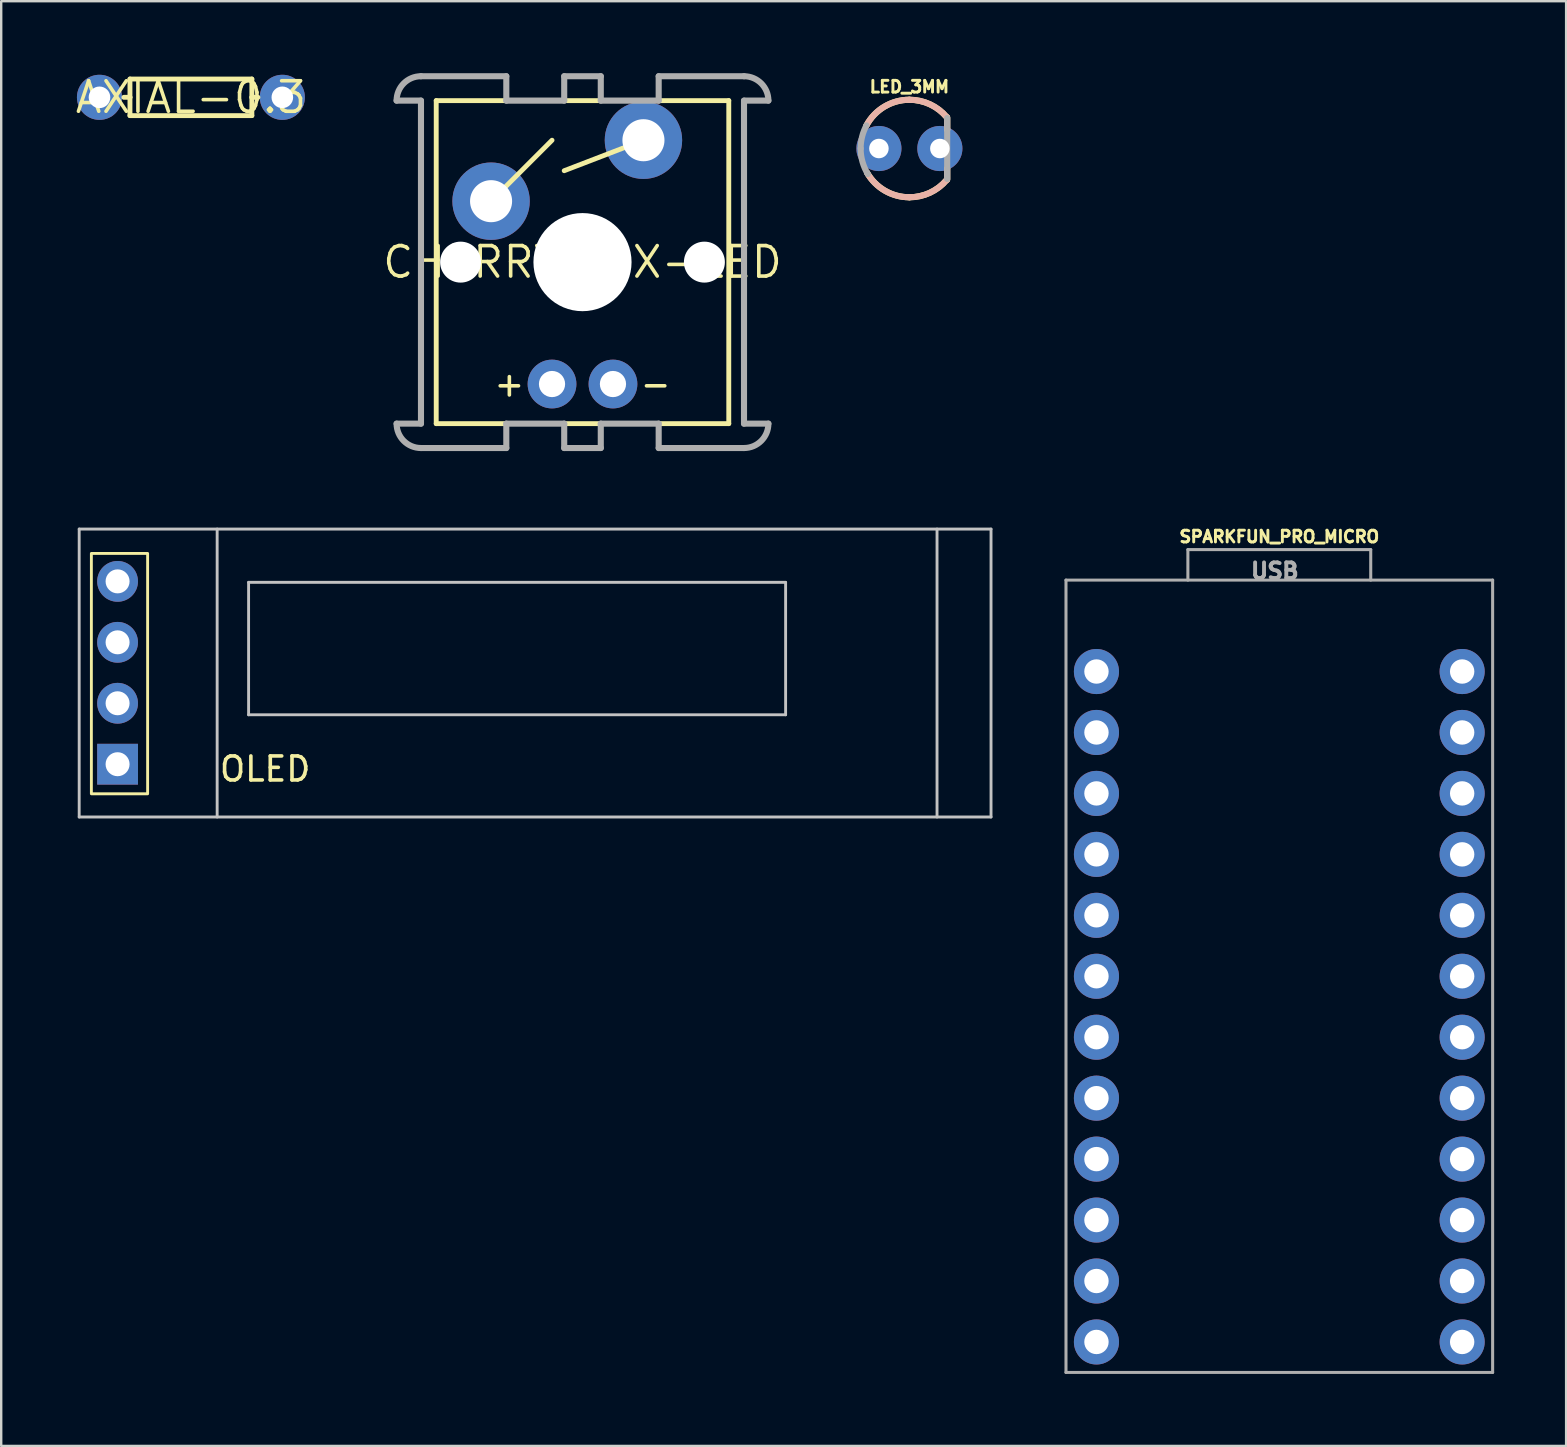
<source format=kicad_pcb>
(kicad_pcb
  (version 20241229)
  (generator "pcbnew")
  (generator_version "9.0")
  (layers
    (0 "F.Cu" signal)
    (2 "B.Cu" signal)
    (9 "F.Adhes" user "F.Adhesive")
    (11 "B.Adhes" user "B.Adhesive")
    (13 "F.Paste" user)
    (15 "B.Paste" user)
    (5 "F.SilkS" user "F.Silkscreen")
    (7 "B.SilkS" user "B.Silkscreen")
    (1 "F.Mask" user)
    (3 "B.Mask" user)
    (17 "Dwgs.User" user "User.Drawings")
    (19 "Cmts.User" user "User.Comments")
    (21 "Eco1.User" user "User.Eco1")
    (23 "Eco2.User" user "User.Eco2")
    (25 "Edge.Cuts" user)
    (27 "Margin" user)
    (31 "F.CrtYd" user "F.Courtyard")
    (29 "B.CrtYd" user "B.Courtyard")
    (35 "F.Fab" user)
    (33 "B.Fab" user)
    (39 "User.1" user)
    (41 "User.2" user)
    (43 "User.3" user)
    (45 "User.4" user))
  (footprint "OLED"
    (layer "F.Cu")
    (at 0.25 18.998)
    (property "Reference" "OLED" (at 7.75 10 0) (layer "F.SilkS") (effects (font (size 1 1) (thickness 0.15))))
    (attr through_hole)
    (fp_rect (start 0.508 1.016) (end 2.852 11.033) (stroke (width 0.12) (type solid)) (fill no) (layer "F.SilkS"))
    (fp_line (start 0 0) (end 0 12) (stroke (width 0.12) (type solid)) (layer "Dwgs.User"))
    (fp_line (start 0 0) (end 38 0) (stroke (width 0.12) (type solid)) (layer "Dwgs.User"))
    (fp_line (start 5.75 0) (end 5.75 12) (stroke (width 0.12) (type solid)) (layer "Dwgs.User"))
    (fp_line (start 7.06 2.22) (end 7.06 7.74) (stroke (width 0.12) (type solid)) (layer "Dwgs.User"))
    (fp_line (start 7.06 2.22) (end 29.44 2.22) (stroke (width 0.12) (type solid)) (layer "Dwgs.User"))
    (fp_line (start 7.06 7.74) (end 29.44 7.74) (stroke (width 0.12) (type solid)) (layer "Dwgs.User"))
    (fp_line (start 29.44 7.74) (end 29.44 2.22) (stroke (width 0.12) (type solid)) (layer "Dwgs.User"))
    (fp_line (start 35.75 0) (end 35.75 12) (stroke (width 0.12) (type solid)) (layer "Dwgs.User"))
    (fp_line (start 38 0) (end 38 12) (stroke (width 0.12) (type solid)) (layer "Dwgs.User"))
    (fp_line (start 38 12) (end 0 12) (stroke (width 0.12) (type solid)) (layer "Dwgs.User"))
    (pad "1" thru_hole rect (at 1.6 9.8 180) (size 1.7 1.7) (drill 1) (layers "*.Cu" "*.Mask"))
    (pad "2" thru_hole oval (at 1.6 7.26 180) (size 1.7 1.7) (drill 1) (layers "*.Cu" "*.Mask"))
    (pad "3" thru_hole oval (at 1.6 4.72 180) (size 1.7 1.7) (drill 1) (layers "*.Cu" "*.Mask"))
    (pad "4" thru_hole oval (at 1.6 2.18 180) (size 1.7 1.7) (drill 1) (layers "*.Cu" "*.Mask")))
  (footprint "LED_3MM"
    (layer "F.Cu")
    (at 34.848 3.139)
    (property "Reference" "LED_3MM" (at 0 -2.286 0) (layer "F.SilkS") (effects (font (size 0.488 0.488) (thickness 0.122)) (justify bottom)))
    (fp_line (start 1.575 -1.295) (end 1.575 -0.787) (stroke (width 0.254) (type solid)) (layer "F.SilkS"))
    (fp_line (start 1.575 1.295) (end 1.575 0.838) (stroke (width 0.254) (type solid)) (layer "F.SilkS"))
    (fp_arc (start -1.7929 -0.9562) (mid -1.045438 -1.7424) (end 0 -2.032) (stroke (width 0.254) (type solid)) (layer "F.SilkS"))
    (fp_arc (start 0 -2.032) (mid 0.861864 -1.840173) (end 1.561 -1.3009) (stroke (width 0.254) (type solid)) (layer "F.SilkS"))
    (fp_arc (start 0 2.032) (mid -1.019925 1.757525) (end -1.7643 1.0082) (stroke (width 0.254) (type solid)) (layer "F.SilkS"))
    (fp_arc (start 1.5512 1.3126) (mid 0.854953 1.843405) (end 0 2.032) (stroke (width 0.254) (type solid)) (layer "F.SilkS"))
    (fp_line (start 1.575 -1.295) (end 1.575 -0.787) (stroke (width 0.254) (type solid)) (layer "B.SilkS"))
    (fp_line (start 1.575 1.295) (end 1.575 0.838) (stroke (width 0.254) (type solid)) (layer "B.SilkS"))
    (fp_arc (start -1.7929 -0.9562) (mid -1.045438 -1.7424) (end 0 -2.032) (stroke (width 0.254) (type solid)) (layer "B.SilkS"))
    (fp_arc (start 0 -2.032) (mid 0.861864 -1.840173) (end 1.561 -1.3009) (stroke (width 0.254) (type solid)) (layer "B.SilkS"))
    (fp_arc (start 0 2.032) (mid -1.019925 1.757525) (end -1.7643 1.0082) (stroke (width 0.254) (type solid)) (layer "B.SilkS"))
    (fp_arc (start 1.5512 1.3126) (mid 0.854953 1.843405) (end 0 2.032) (stroke (width 0.254) (type solid)) (layer "B.SilkS"))
    (fp_line (start 1.575 1.27) (end 1.575 -1.27) (stroke (width 0.254) (type solid)) (layer "F.Fab"))
    (fp_arc (start -2.032 0) (mid -1.970339 -0.496774) (end -1.7891 -0.9634) (stroke (width 0.254) (type solid)) (layer "F.Fab"))
    (fp_arc (start -1.7306 1.065) (mid -1.95521 0.553417) (end -2.032 0) (stroke (width 0.254) (type solid)) (layer "F.Fab"))
    (pad "A" thru_hole circle (at -1.27 0) (size 1.88 1.88) (drill 0.813) (layers "*.Cu" "*.Mask"))
    (pad "K" thru_hole circle (at 1.27 0) (size 1.88 1.88) (drill 0.813) (layers "*.Cu" "*.Mask")))
  (footprint "SPARKFUN_PRO_MICRO"
    (layer "F.Cu")
    (at 50.264 37.635)
    (property "Reference" "SPARKFUN_PRO_MICRO" (at 0 -18.034 0) (layer "F.SilkS") (effects (font (size 0.488 0.488) (thickness 0.122)) (justify bottom)))
    (fp_line (start -8.89 -16.51) (end -8.89 16.51) (stroke (width 0.127) (type solid)) (layer "F.Fab"))
    (fp_line (start -8.89 16.51) (end 8.89 16.51) (stroke (width 0.127) (type solid)) (layer "F.Fab"))
    (fp_line (start -3.81 -17.78) (end 3.81 -17.78) (stroke (width 0.127) (type solid)) (layer "F.Fab"))
    (fp_line (start -3.81 -16.51) (end -3.81 -17.78) (stroke (width 0.127) (type solid)) (layer "F.Fab"))
    (fp_line (start 3.81 -17.78) (end 3.81 -16.51) (stroke (width 0.127) (type solid)) (layer "F.Fab"))
    (fp_line (start 8.89 -16.51) (end -8.89 -16.51) (stroke (width 0.127) (type solid)) (layer "F.Fab"))
    (fp_line (start 8.89 16.51) (end 8.89 -16.51) (stroke (width 0.127) (type solid)) (layer "F.Fab"))
    (fp_text user "USB" (at -1.27 -16.51 0) (layer "F.Fab") (effects (font (size 0.65 0.65) (thickness 0.163)) (justify left bottom)))
    (pad "1" thru_hole circle (at -7.62 -12.7) (size 1.88 1.88) (drill 1.016) (layers "*.Cu" "*.Mask"))
    (pad "2" thru_hole circle (at -7.62 -10.16) (size 1.88 1.88) (drill 1.016) (layers "*.Cu" "*.Mask"))
    (pad "3" thru_hole circle (at -7.62 -7.62) (size 1.88 1.88) (drill 1.016) (layers "*.Cu" "*.Mask"))
    (pad "4" thru_hole circle (at -7.62 -5.08) (size 1.88 1.88) (drill 1.016) (layers "*.Cu" "*.Mask"))
    (pad "5" thru_hole circle (at -7.62 -2.54) (size 1.88 1.88) (drill 1.016) (layers "*.Cu" "*.Mask"))
    (pad "6" thru_hole circle (at -7.62 0) (size 1.88 1.88) (drill 1.016) (layers "*.Cu" "*.Mask"))
    (pad "7" thru_hole circle (at -7.62 2.54) (size 1.88 1.88) (drill 1.016) (layers "*.Cu" "*.Mask"))
    (pad "8" thru_hole circle (at -7.62 5.08) (size 1.88 1.88) (drill 1.016) (layers "*.Cu" "*.Mask"))
    (pad "9" thru_hole circle (at -7.62 7.62) (size 1.88 1.88) (drill 1.016) (layers "*.Cu" "*.Mask"))
    (pad "10" thru_hole circle (at -7.62 10.16) (size 1.88 1.88) (drill 1.016) (layers "*.Cu" "*.Mask"))
    (pad "11" thru_hole circle (at -7.62 12.7) (size 1.88 1.88) (drill 1.016) (layers "*.Cu" "*.Mask"))
    (pad "12" thru_hole circle (at -7.62 15.24) (size 1.88 1.88) (drill 1.016) (layers "*.Cu" "*.Mask"))
    (pad "13" thru_hole circle (at 7.62 15.24) (size 1.88 1.88) (drill 1.016) (layers "*.Cu" "*.Mask"))
    (pad "14" thru_hole circle (at 7.62 12.7) (size 1.88 1.88) (drill 1.016) (layers "*.Cu" "*.Mask"))
    (pad "15" thru_hole circle (at 7.62 10.16) (size 1.88 1.88) (drill 1.016) (layers "*.Cu" "*.Mask"))
    (pad "16" thru_hole circle (at 7.62 7.62) (size 1.88 1.88) (drill 1.016) (layers "*.Cu" "*.Mask"))
    (pad "17" thru_hole circle (at 7.62 5.08) (size 1.88 1.88) (drill 1.016) (layers "*.Cu" "*.Mask"))
    (pad "18" thru_hole circle (at 7.62 2.54) (size 1.88 1.88) (drill 1.016) (layers "*.Cu" "*.Mask"))
    (pad "19" thru_hole circle (at 7.62 0) (size 1.88 1.88) (drill 1.016) (layers "*.Cu" "*.Mask"))
    (pad "20" thru_hole circle (at 7.62 -2.54) (size 1.88 1.88) (drill 1.016) (layers "*.Cu" "*.Mask"))
    (pad "21" thru_hole circle (at 7.62 -5.08) (size 1.88 1.88) (drill 1.016) (layers "*.Cu" "*.Mask"))
    (pad "22" thru_hole circle (at 7.62 -7.62) (size 1.88 1.88) (drill 1.016) (layers "*.Cu" "*.Mask"))
    (pad "23" thru_hole circle (at 7.62 -10.16) (size 1.88 1.88) (drill 1.016) (layers "*.Cu" "*.Mask"))
    (pad "24" thru_hole circle (at 7.62 -12.7) (size 1.88 1.88) (drill 1.016) (layers "*.Cu" "*.Mask")))
  (footprint "AXIAL-0.3"
    (layer "F.Cu")
    (at 4.906 1.006)
    (property "Reference" "AXIAL-0.3" (at 0 0 0) (layer "F.SilkS") (effects (font (size 1.27 1.27) (thickness 0.15))))
    (fp_line (start -2.54 -0.762) (end 2.54 -0.762) (stroke (width 0.203) (type solid)) (layer "F.SilkS"))
    (fp_line (start -2.54 0) (end -2.794 0) (stroke (width 0.203) (type solid)) (layer "F.SilkS"))
    (fp_line (start -2.54 0) (end -2.54 -0.762) (stroke (width 0.203) (type solid)) (layer "F.SilkS"))
    (fp_line (start -2.54 0.762) (end -2.54 0) (stroke (width 0.203) (type solid)) (layer "F.SilkS"))
    (fp_line (start 2.54 -0.762) (end 2.54 0) (stroke (width 0.203) (type solid)) (layer "F.SilkS"))
    (fp_line (start 2.54 0) (end 2.54 0.762) (stroke (width 0.203) (type solid)) (layer "F.SilkS"))
    (fp_line (start 2.54 0) (end 2.794 0) (stroke (width 0.203) (type solid)) (layer "F.SilkS"))
    (fp_line (start 2.54 0.762) (end -2.54 0.762) (stroke (width 0.203) (type solid)) (layer "F.SilkS"))
    (pad "P$1" thru_hole circle (at -3.81 0) (size 1.88 1.88) (drill 0.9) (layers "*.Cu" "*.Mask"))
    (pad "P$2" thru_hole circle (at 3.81 0) (size 1.88 1.88) (drill 0.9) (layers "*.Cu" "*.Mask")))
  (footprint "CHERRY-MX-LED"
    (layer "F.Cu")
    (at 21.225 7.874)
    (property "Reference" "CHERRY-MX-LED" (at 0 0 0) (layer "F.SilkS") (effects (font (size 1.27 1.27) (thickness 0.15))))
    (fp_line (start -6.096 -6.731) (end 6.096 -6.731) (stroke (width 0.203) (type solid)) (layer "F.SilkS"))
    (fp_line (start -6.096 6.731) (end -6.096 -6.731) (stroke (width 0.203) (type solid)) (layer "F.SilkS"))
    (fp_line (start -3.81 -2.54) (end -1.27 -5.08) (stroke (width 0.203) (type solid)) (layer "F.SilkS"))
    (fp_line (start 2.54 -5.08) (end -0.762 -3.81) (stroke (width 0.203) (type solid)) (layer "F.SilkS"))
    (fp_line (start 6.096 -6.731) (end 6.096 6.731) (stroke (width 0.203) (type solid)) (layer "F.SilkS"))
    (fp_line (start 6.096 6.731) (end -6.096 6.731) (stroke (width 0.203) (type solid)) (layer "F.SilkS"))
    (fp_line (start -6.731 -7.747) (end -3.175 -7.747) (stroke (width 0.254) (type solid)) (layer "F.Fab"))
    (fp_line (start -6.731 -6.731) (end -7.747 -6.731) (stroke (width 0.254) (type solid)) (layer "F.Fab"))
    (fp_line (start -6.731 6.731) (end -7.747 6.731) (stroke (width 0.254) (type solid)) (layer "F.Fab"))
    (fp_line (start -6.731 6.731) (end -6.731 -6.731) (stroke (width 0.254) (type solid)) (layer "F.Fab"))
    (fp_line (start -6.731 7.747) (end -3.175 7.747) (stroke (width 0.254) (type solid)) (layer "F.Fab"))
    (fp_line (start -3.175 -7.747) (end -3.175 -6.731) (stroke (width 0.254) (type solid)) (layer "F.Fab"))
    (fp_line (start -3.175 -6.731) (end -0.762 -6.731) (stroke (width 0.254) (type solid)) (layer "F.Fab"))
    (fp_line (start -3.175 7.747) (end -3.175 6.731) (stroke (width 0.254) (type solid)) (layer "F.Fab"))
    (fp_line (start -0.762 -7.747) (end 0.762 -7.747) (stroke (width 0.254) (type solid)) (layer "F.Fab"))
    (fp_line (start -0.762 -6.731) (end -0.762 -7.747) (stroke (width 0.254) (type solid)) (layer "F.Fab"))
    (fp_line (start -0.762 6.731) (end -3.175 6.731) (stroke (width 0.254) (type solid)) (layer "F.Fab"))
    (fp_line (start -0.762 7.747) (end -0.762 6.731) (stroke (width 0.254) (type solid)) (layer "F.Fab"))
    (fp_line (start 0.762 -7.747) (end 0.762 -6.731) (stroke (width 0.254) (type solid)) (layer "F.Fab"))
    (fp_line (start 0.762 -6.731) (end 3.175 -6.731) (stroke (width 0.254) (type solid)) (layer "F.Fab"))
    (fp_line (start 0.762 6.731) (end 0.762 7.747) (stroke (width 0.254) (type solid)) (layer "F.Fab"))
    (fp_line (start 0.762 7.747) (end -0.762 7.747) (stroke (width 0.254) (type solid)) (layer "F.Fab"))
    (fp_line (start 3.175 -7.747) (end 3.175 -6.731) (stroke (width 0.254) (type solid)) (layer "F.Fab"))
    (fp_line (start 3.175 6.731) (end 0.762 6.731) (stroke (width 0.254) (type solid)) (layer "F.Fab"))
    (fp_line (start 3.175 7.747) (end 3.175 6.731) (stroke (width 0.254) (type solid)) (layer "F.Fab"))
    (fp_line (start 6.731 -7.747) (end 3.175 -7.747) (stroke (width 0.254) (type solid)) (layer "F.Fab"))
    (fp_line (start 6.731 -6.731) (end 6.731 6.731) (stroke (width 0.254) (type solid)) (layer "F.Fab"))
    (fp_line (start 6.731 -6.731) (end 7.747 -6.731) (stroke (width 0.254) (type solid)) (layer "F.Fab"))
    (fp_line (start 6.731 6.731) (end 7.747 6.731) (stroke (width 0.254) (type solid)) (layer "F.Fab"))
    (fp_line (start 6.731 7.747) (end 3.175 7.747) (stroke (width 0.254) (type solid)) (layer "F.Fab"))
    (fp_arc (start -7.747 -6.731) (mid -7.44942 -7.44942) (end -6.731 -7.747) (stroke (width 0.254) (type solid)) (layer "F.Fab"))
    (fp_arc (start -6.731 7.747) (mid -7.44942 7.44942) (end -7.747 6.731) (stroke (width 0.254) (type solid)) (layer "F.Fab"))
    (fp_arc (start 6.731 -7.747) (mid 7.44942 -7.44942) (end 7.747 -6.731) (stroke (width 0.254) (type solid)) (layer "F.Fab"))
    (fp_arc (start 7.747 6.731) (mid 7.44942 7.44942) (end 6.731 7.747) (stroke (width 0.254) (type solid)) (layer "F.Fab"))
    (fp_text user "-" (at 3.048 5.08 0) (unlocked yes) (layer "F.SilkS") (effects (font (size 1 1) (thickness 0.15))))
    (fp_text user "+" (at -3.048 5.08 0) (unlocked yes) (layer "F.SilkS") (effects (font (size 1 1) (thickness 0.15))))
    (pad "" np_thru_hole circle (at -5.08 0) (size 1.707 1.707) (drill 1.707) (layers "*.Cu" "*.Mask"))
    (pad "" np_thru_hole circle (at 0 0) (size 4.089 4.089) (drill 4.089) (layers "*.Cu" "*.Mask"))
    (pad "" np_thru_hole circle (at 5.08 0) (size 1.707 1.707) (drill 1.707) (layers "*.Cu" "*.Mask"))
    (pad "A" thru_hole circle (at -1.27 5.08) (size 2.032 2.032) (drill 1.092) (layers "*.Cu" "*.Mask"))
    (pad "K" thru_hole circle (at 1.27 5.08) (size 2.032 2.032) (drill 1.092) (layers "*.Cu" "*.Mask"))
    (pad "S1" thru_hole circle (at -3.81 -2.54) (size 3.226 3.226) (drill 1.753) (layers "*.Cu" "*.Mask"))
    (pad "S2" thru_hole circle (at 2.54 -5.08) (size 3.226 3.226) (drill 1.753) (layers "*.Cu" "*.Mask")))
  (gr_rect
    (start -3 -3)
    (end 62.217 57.209)
    (stroke (width 0.1) (type default))
    (fill no)
    (layer "Edge.Cuts")))
</source>
